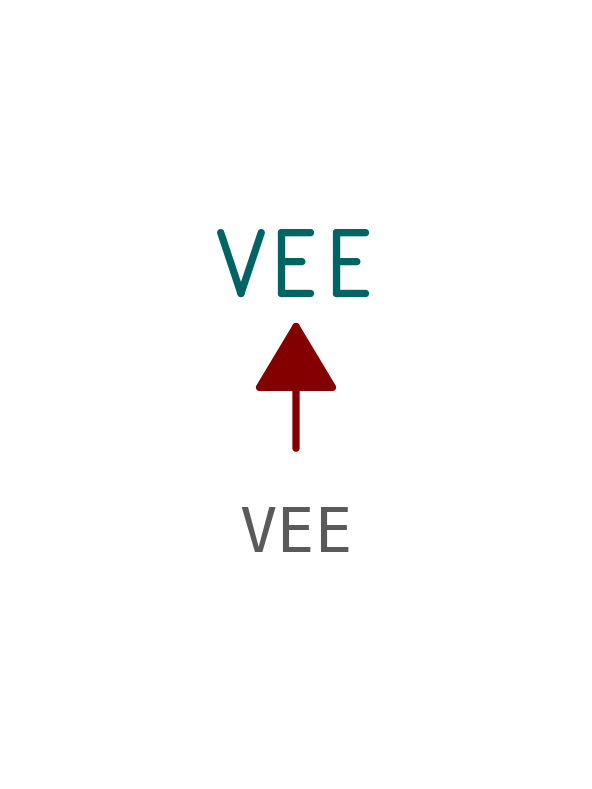
<source format=kicad_sym>
(kicad_symbol_lib
  (version 20211014)
  (generator kicad_symbol_editor)
  (symbol "power1:VEE"
    (power)
    (pin_names
      (offset 0))
    (property "Reference" "#PWR"
      (at 0 -3.81 0)
      (effects (font (size 1.27 1.27)) hide))
    (property "Value" "VEE"
      (at 0 3.81 0)
      (effects (font (size 1.27 1.27))))
    (symbol "VEE_0_1"
      (polyline (pts (xy 0 0) (xy 0 2.54)) (stroke (width 0) (type default) (color 0 0 0 0)) (fill (type none)))
      (polyline (pts (xy 0.762 1.27) (xy -0.762 1.27) (xy 0 2.54) (xy 0.762 1.27)) (stroke (width 0) (type default) (color 0 0 0 0)) (fill (type outline))))
    (symbol "VEE_1_1"
      (pin power_in line (at 0 0 90) (length 0) hide (name "VEE" (effects (font (size 1.27 1.27)))) (number "1" (effects (font (size 1.27 1.27))))))))
</source>
